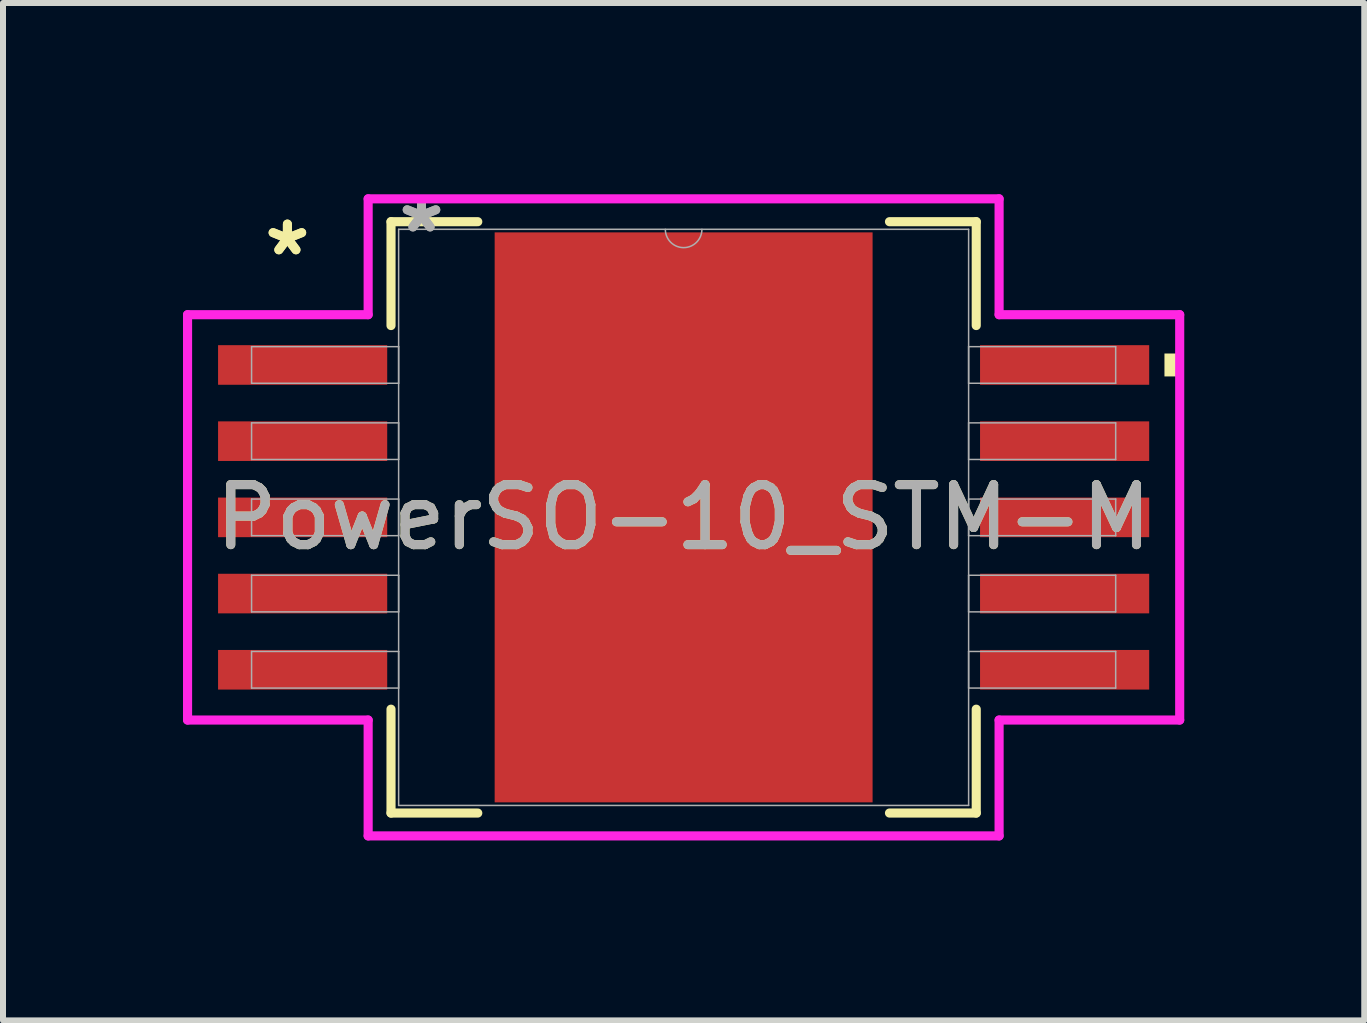
<source format=kicad_pcb>
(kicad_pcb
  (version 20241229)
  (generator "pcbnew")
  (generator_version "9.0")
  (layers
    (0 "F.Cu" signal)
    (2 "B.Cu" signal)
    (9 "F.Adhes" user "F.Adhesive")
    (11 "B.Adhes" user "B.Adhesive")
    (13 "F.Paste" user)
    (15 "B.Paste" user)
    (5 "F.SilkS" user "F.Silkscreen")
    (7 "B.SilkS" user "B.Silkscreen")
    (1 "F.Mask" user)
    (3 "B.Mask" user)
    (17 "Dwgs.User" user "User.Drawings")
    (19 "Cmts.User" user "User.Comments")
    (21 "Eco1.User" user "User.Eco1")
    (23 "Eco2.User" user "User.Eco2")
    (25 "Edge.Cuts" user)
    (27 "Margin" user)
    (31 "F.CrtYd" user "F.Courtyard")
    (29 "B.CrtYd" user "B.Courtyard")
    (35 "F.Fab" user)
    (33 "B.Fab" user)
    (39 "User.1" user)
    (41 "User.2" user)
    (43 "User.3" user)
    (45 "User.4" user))
  (footprint "PowerSO-10_STM-M"
    (layer "F.Cu")
    (at 8.344 5.573)
    (property "Reference" "PowerSO-10_STM-M" (at 0 0 0) (unlocked yes) (layer "F.SilkS") (effects (font (size 1 1) (thickness 0.15))))
    (attr smd)
    (fp_line (start -4.877 -4.928) (end -4.877 -3.197) (stroke (width 0.152) (type solid)) (layer "F.SilkS"))
    (fp_line (start -4.877 3.197) (end -4.877 4.928) (stroke (width 0.152) (type solid)) (layer "F.SilkS"))
    (fp_line (start -4.877 4.928) (end -3.431 4.928) (stroke (width 0.152) (type solid)) (layer "F.SilkS"))
    (fp_line (start -3.431 -4.928) (end -4.877 -4.928) (stroke (width 0.152) (type solid)) (layer "F.SilkS"))
    (fp_line (start 3.431 4.928) (end 4.877 4.928) (stroke (width 0.152) (type solid)) (layer "F.SilkS"))
    (fp_line (start 4.877 -4.928) (end 3.431 -4.928) (stroke (width 0.152) (type solid)) (layer "F.SilkS"))
    (fp_line (start 4.877 -3.197) (end 4.877 -4.928) (stroke (width 0.152) (type solid)) (layer "F.SilkS"))
    (fp_line (start 4.877 4.928) (end 4.877 3.197) (stroke (width 0.152) (type solid)) (layer "F.SilkS"))
    (fp_poly (pts (xy 8.268 -2.731) (xy 8.268 -2.349) (xy 8.014 -2.349) (xy 8.014 -2.731)) (stroke (width 0) (type solid)) (fill yes) (layer "F.SilkS"))
    (fp_poly (pts (xy -3.05 -4.65) (xy -3.05 -3.493) (xy -1.675 -3.493) (xy -1.675 -4.65)) (stroke (width 0) (type solid)) (fill yes) (layer "F.Paste"))
    (fp_poly (pts (xy -3.05 -3.293) (xy -3.05 -2.136) (xy -1.675 -2.136) (xy -1.675 -3.293)) (stroke (width 0) (type solid)) (fill yes) (layer "F.Paste"))
    (fp_poly (pts (xy -3.05 -1.936) (xy -3.05 -0.779) (xy -1.675 -0.779) (xy -1.675 -1.936)) (stroke (width 0) (type solid)) (fill yes) (layer "F.Paste"))
    (fp_poly (pts (xy -3.05 -0.579) (xy -3.05 0.579) (xy -1.675 0.579) (xy -1.675 -0.579)) (stroke (width 0) (type solid)) (fill yes) (layer "F.Paste"))
    (fp_poly (pts (xy -3.05 0.779) (xy -3.05 1.936) (xy -1.675 1.936) (xy -1.675 0.779)) (stroke (width 0) (type solid)) (fill yes) (layer "F.Paste"))
    (fp_poly (pts (xy -3.05 2.136) (xy -3.05 3.293) (xy -1.675 3.293) (xy -1.675 2.136)) (stroke (width 0) (type solid)) (fill yes) (layer "F.Paste"))
    (fp_poly (pts (xy -3.05 3.493) (xy -3.05 4.65) (xy -1.675 4.65) (xy -1.675 3.493)) (stroke (width 0) (type solid)) (fill yes) (layer "F.Paste"))
    (fp_poly (pts (xy -1.475 -4.65) (xy -1.475 -3.493) (xy -0.1 -3.493) (xy -0.1 -4.65)) (stroke (width 0) (type solid)) (fill yes) (layer "F.Paste"))
    (fp_poly (pts (xy -1.475 -3.293) (xy -1.475 -2.136) (xy -0.1 -2.136) (xy -0.1 -3.293)) (stroke (width 0) (type solid)) (fill yes) (layer "F.Paste"))
    (fp_poly (pts (xy -1.475 -1.936) (xy -1.475 -0.779) (xy -0.1 -0.779) (xy -0.1 -1.936)) (stroke (width 0) (type solid)) (fill yes) (layer "F.Paste"))
    (fp_poly (pts (xy -1.475 -0.579) (xy -1.475 0.579) (xy -0.1 0.579) (xy -0.1 -0.579)) (stroke (width 0) (type solid)) (fill yes) (layer "F.Paste"))
    (fp_poly (pts (xy -1.475 0.779) (xy -1.475 1.936) (xy -0.1 1.936) (xy -0.1 0.779)) (stroke (width 0) (type solid)) (fill yes) (layer "F.Paste"))
    (fp_poly (pts (xy -1.475 2.136) (xy -1.475 3.293) (xy -0.1 3.293) (xy -0.1 2.136)) (stroke (width 0) (type solid)) (fill yes) (layer "F.Paste"))
    (fp_poly (pts (xy -1.475 3.493) (xy -1.475 4.65) (xy -0.1 4.65) (xy -0.1 3.493)) (stroke (width 0) (type solid)) (fill yes) (layer "F.Paste"))
    (fp_poly (pts (xy 0.1 -4.65) (xy 0.1 -3.493) (xy 1.475 -3.493) (xy 1.475 -4.65)) (stroke (width 0) (type solid)) (fill yes) (layer "F.Paste"))
    (fp_poly (pts (xy 0.1 -3.293) (xy 0.1 -2.136) (xy 1.475 -2.136) (xy 1.475 -3.293)) (stroke (width 0) (type solid)) (fill yes) (layer "F.Paste"))
    (fp_poly (pts (xy 0.1 -1.936) (xy 0.1 -0.779) (xy 1.475 -0.779) (xy 1.475 -1.936)) (stroke (width 0) (type solid)) (fill yes) (layer "F.Paste"))
    (fp_poly (pts (xy 0.1 -0.579) (xy 0.1 0.579) (xy 1.475 0.579) (xy 1.475 -0.579)) (stroke (width 0) (type solid)) (fill yes) (layer "F.Paste"))
    (fp_poly (pts (xy 0.1 0.779) (xy 0.1 1.936) (xy 1.475 1.936) (xy 1.475 0.779)) (stroke (width 0) (type solid)) (fill yes) (layer "F.Paste"))
    (fp_poly (pts (xy 0.1 2.136) (xy 0.1 3.293) (xy 1.475 3.293) (xy 1.475 2.136)) (stroke (width 0) (type solid)) (fill yes) (layer "F.Paste"))
    (fp_poly (pts (xy 0.1 3.493) (xy 0.1 4.65) (xy 1.475 4.65) (xy 1.475 3.493)) (stroke (width 0) (type solid)) (fill yes) (layer "F.Paste"))
    (fp_poly (pts (xy 1.675 -4.65) (xy 1.675 -3.493) (xy 3.05 -3.493) (xy 3.05 -4.65)) (stroke (width 0) (type solid)) (fill yes) (layer "F.Paste"))
    (fp_poly (pts (xy 1.675 -3.293) (xy 1.675 -2.136) (xy 3.05 -2.136) (xy 3.05 -3.293)) (stroke (width 0) (type solid)) (fill yes) (layer "F.Paste"))
    (fp_poly (pts (xy 1.675 -1.936) (xy 1.675 -0.779) (xy 3.05 -0.779) (xy 3.05 -1.936)) (stroke (width 0) (type solid)) (fill yes) (layer "F.Paste"))
    (fp_poly (pts (xy 1.675 -0.579) (xy 1.675 0.579) (xy 3.05 0.579) (xy 3.05 -0.579)) (stroke (width 0) (type solid)) (fill yes) (layer "F.Paste"))
    (fp_poly (pts (xy 1.675 0.779) (xy 1.675 1.936) (xy 3.05 1.936) (xy 3.05 0.779)) (stroke (width 0) (type solid)) (fill yes) (layer "F.Paste"))
    (fp_poly (pts (xy 1.675 2.136) (xy 1.675 3.293) (xy 3.05 3.293) (xy 3.05 2.136)) (stroke (width 0) (type solid)) (fill yes) (layer "F.Paste"))
    (fp_poly (pts (xy 1.675 3.493) (xy 1.675 4.65) (xy 3.05 4.65) (xy 3.05 3.493)) (stroke (width 0) (type solid)) (fill yes) (layer "F.Paste"))
    (fp_line (start -8.268 -3.378) (end -5.258 -3.378) (stroke (width 0.152) (type solid)) (layer "F.CrtYd"))
    (fp_line (start -8.268 3.378) (end -8.268 -3.378) (stroke (width 0.152) (type solid)) (layer "F.CrtYd"))
    (fp_line (start -8.268 3.378) (end -5.258 3.378) (stroke (width 0.152) (type solid)) (layer "F.CrtYd"))
    (fp_line (start -5.258 -5.309) (end 5.258 -5.309) (stroke (width 0.152) (type solid)) (layer "F.CrtYd"))
    (fp_line (start -5.258 -3.378) (end -5.258 -5.309) (stroke (width 0.152) (type solid)) (layer "F.CrtYd"))
    (fp_line (start -5.258 5.309) (end -5.258 3.378) (stroke (width 0.152) (type solid)) (layer "F.CrtYd"))
    (fp_line (start 5.258 -5.309) (end 5.258 -3.378) (stroke (width 0.152) (type solid)) (layer "F.CrtYd"))
    (fp_line (start 5.258 3.378) (end 5.258 5.309) (stroke (width 0.152) (type solid)) (layer "F.CrtYd"))
    (fp_line (start 5.258 5.309) (end -5.258 5.309) (stroke (width 0.152) (type solid)) (layer "F.CrtYd"))
    (fp_line (start 8.268 -3.378) (end 5.258 -3.378) (stroke (width 0.152) (type solid)) (layer "F.CrtYd"))
    (fp_line (start 8.268 -3.378) (end 8.268 3.378) (stroke (width 0.152) (type solid)) (layer "F.CrtYd"))
    (fp_line (start 8.268 3.378) (end 5.258 3.378) (stroke (width 0.152) (type solid)) (layer "F.CrtYd"))
    (fp_line (start -7.201 -2.845) (end -7.201 -2.235) (stroke (width 0.025) (type solid)) (layer "F.Fab"))
    (fp_line (start -7.201 -2.235) (end -4.75 -2.235) (stroke (width 0.025) (type solid)) (layer "F.Fab"))
    (fp_line (start -7.201 -1.575) (end -7.201 -0.965) (stroke (width 0.025) (type solid)) (layer "F.Fab"))
    (fp_line (start -7.201 -0.965) (end -4.75 -0.965) (stroke (width 0.025) (type solid)) (layer "F.Fab"))
    (fp_line (start -7.201 -0.305) (end -7.201 0.305) (stroke (width 0.025) (type solid)) (layer "F.Fab"))
    (fp_line (start -7.201 0.305) (end -4.75 0.305) (stroke (width 0.025) (type solid)) (layer "F.Fab"))
    (fp_line (start -7.201 0.965) (end -7.201 1.575) (stroke (width 0.025) (type solid)) (layer "F.Fab"))
    (fp_line (start -7.201 1.575) (end -4.75 1.575) (stroke (width 0.025) (type solid)) (layer "F.Fab"))
    (fp_line (start -7.201 2.235) (end -7.201 2.845) (stroke (width 0.025) (type solid)) (layer "F.Fab"))
    (fp_line (start -7.201 2.845) (end -4.75 2.845) (stroke (width 0.025) (type solid)) (layer "F.Fab"))
    (fp_line (start -4.75 -4.801) (end -4.75 4.801) (stroke (width 0.025) (type solid)) (layer "F.Fab"))
    (fp_line (start -4.75 -2.845) (end -7.201 -2.845) (stroke (width 0.025) (type solid)) (layer "F.Fab"))
    (fp_line (start -4.75 -2.235) (end -4.75 -2.845) (stroke (width 0.025) (type solid)) (layer "F.Fab"))
    (fp_line (start -4.75 -1.575) (end -7.201 -1.575) (stroke (width 0.025) (type solid)) (layer "F.Fab"))
    (fp_line (start -4.75 -0.965) (end -4.75 -1.575) (stroke (width 0.025) (type solid)) (layer "F.Fab"))
    (fp_line (start -4.75 -0.305) (end -7.201 -0.305) (stroke (width 0.025) (type solid)) (layer "F.Fab"))
    (fp_line (start -4.75 0.305) (end -4.75 -0.305) (stroke (width 0.025) (type solid)) (layer "F.Fab"))
    (fp_line (start -4.75 0.965) (end -7.201 0.965) (stroke (width 0.025) (type solid)) (layer "F.Fab"))
    (fp_line (start -4.75 1.575) (end -4.75 0.965) (stroke (width 0.025) (type solid)) (layer "F.Fab"))
    (fp_line (start -4.75 2.235) (end -7.201 2.235) (stroke (width 0.025) (type solid)) (layer "F.Fab"))
    (fp_line (start -4.75 2.845) (end -4.75 2.235) (stroke (width 0.025) (type solid)) (layer "F.Fab"))
    (fp_line (start -4.75 4.801) (end 4.75 4.801) (stroke (width 0.025) (type solid)) (layer "F.Fab"))
    (fp_line (start 4.75 -4.801) (end -4.75 -4.801) (stroke (width 0.025) (type solid)) (layer "F.Fab"))
    (fp_line (start 4.75 -2.845) (end 4.75 -2.235) (stroke (width 0.025) (type solid)) (layer "F.Fab"))
    (fp_line (start 4.75 -2.235) (end 7.201 -2.235) (stroke (width 0.025) (type solid)) (layer "F.Fab"))
    (fp_line (start 4.75 -1.575) (end 4.75 -0.965) (stroke (width 0.025) (type solid)) (layer "F.Fab"))
    (fp_line (start 4.75 -0.965) (end 7.201 -0.965) (stroke (width 0.025) (type solid)) (layer "F.Fab"))
    (fp_line (start 4.75 -0.305) (end 4.75 0.305) (stroke (width 0.025) (type solid)) (layer "F.Fab"))
    (fp_line (start 4.75 0.305) (end 7.201 0.305) (stroke (width 0.025) (type solid)) (layer "F.Fab"))
    (fp_line (start 4.75 0.965) (end 4.75 1.575) (stroke (width 0.025) (type solid)) (layer "F.Fab"))
    (fp_line (start 4.75 1.575) (end 7.201 1.575) (stroke (width 0.025) (type solid)) (layer "F.Fab"))
    (fp_line (start 4.75 2.235) (end 4.75 2.845) (stroke (width 0.025) (type solid)) (layer "F.Fab"))
    (fp_line (start 4.75 2.845) (end 7.201 2.845) (stroke (width 0.025) (type solid)) (layer "F.Fab"))
    (fp_line (start 4.75 4.801) (end 4.75 -4.801) (stroke (width 0.025) (type solid)) (layer "F.Fab"))
    (fp_line (start 7.201 -2.845) (end 4.75 -2.845) (stroke (width 0.025) (type solid)) (layer "F.Fab"))
    (fp_line (start 7.201 -2.235) (end 7.201 -2.845) (stroke (width 0.025) (type solid)) (layer "F.Fab"))
    (fp_line (start 7.201 -1.575) (end 4.75 -1.575) (stroke (width 0.025) (type solid)) (layer "F.Fab"))
    (fp_line (start 7.201 -0.965) (end 7.201 -1.575) (stroke (width 0.025) (type solid)) (layer "F.Fab"))
    (fp_line (start 7.201 -0.305) (end 4.75 -0.305) (stroke (width 0.025) (type solid)) (layer "F.Fab"))
    (fp_line (start 7.201 0.305) (end 7.201 -0.305) (stroke (width 0.025) (type solid)) (layer "F.Fab"))
    (fp_line (start 7.201 0.965) (end 4.75 0.965) (stroke (width 0.025) (type solid)) (layer "F.Fab"))
    (fp_line (start 7.201 1.575) (end 7.201 0.965) (stroke (width 0.025) (type solid)) (layer "F.Fab"))
    (fp_line (start 7.201 2.235) (end 4.75 2.235) (stroke (width 0.025) (type solid)) (layer "F.Fab"))
    (fp_line (start 7.201 2.845) (end 7.201 2.235) (stroke (width 0.025) (type solid)) (layer "F.Fab"))
    (fp_arc (start 0.3048 -4.8006) (mid 0 -4.4958) (end -0.3048 -4.8006) (stroke (width 0.0254) (type solid)) (layer "F.Fab"))
    (fp_text user "*" (at -6.604 -4.343 0) (layer "F.SilkS") (effects (font (size 1 1) (thickness 0.15))))
    (fp_text user "*" (at -6.604 -4.343 0) (unlocked yes) (layer "F.SilkS") (effects (font (size 1 1) (thickness 0.15))))
    (fp_text user "*" (at -4.369 -4.724 0) (layer "F.Fab") (effects (font (size 1 1) (thickness 0.15))))
    (fp_text user "${REFERENCE}" (at 0 0 0) (unlocked yes) (layer "F.Fab") (effects (font (size 1 1) (thickness 0.15))))
    (fp_text user "*" (at -4.369 -4.724 0) (unlocked yes) (layer "F.Fab") (effects (font (size 1 1) (thickness 0.15))))
    (pad "1" smd rect (at -6.35 -2.54) (size 2.819 0.66) (layers "F.Cu" "F.Mask" "F.Paste"))
    (pad "2" smd rect (at -6.35 -1.27) (size 2.819 0.66) (layers "F.Cu" "F.Mask" "F.Paste"))
    (pad "3" smd rect (at -6.35 0) (size 2.819 0.66) (layers "F.Cu" "F.Mask" "F.Paste"))
    (pad "4" smd rect (at -6.35 1.27) (size 2.819 0.66) (layers "F.Cu" "F.Mask" "F.Paste"))
    (pad "5" smd rect (at -6.35 2.54) (size 2.819 0.66) (layers "F.Cu" "F.Mask" "F.Paste"))
    (pad "6" smd rect (at 6.35 2.54) (size 2.819 0.66) (layers "F.Cu" "F.Mask" "F.Paste"))
    (pad "7" smd rect (at 6.35 1.27) (size 2.819 0.66) (layers "F.Cu" "F.Mask" "F.Paste"))
    (pad "8" smd rect (at 6.35 0) (size 2.819 0.66) (layers "F.Cu" "F.Mask" "F.Paste"))
    (pad "9" smd rect (at 6.35 -1.27) (size 2.819 0.66) (layers "F.Cu" "F.Mask" "F.Paste"))
    (pad "10" smd rect (at 6.35 -2.54) (size 2.819 0.66) (layers "F.Cu" "F.Mask" "F.Paste"))
    (pad "EPAD" smd rect (at 0 0) (size 6.299 9.5) (layers "F.Cu" "F.Mask")))
  (gr_rect
    (start -3 -3)
    (end 19.688 13.957)
    (stroke (width 0.1) (type default))
    (fill no)
    (layer "Edge.Cuts")))
</source>
